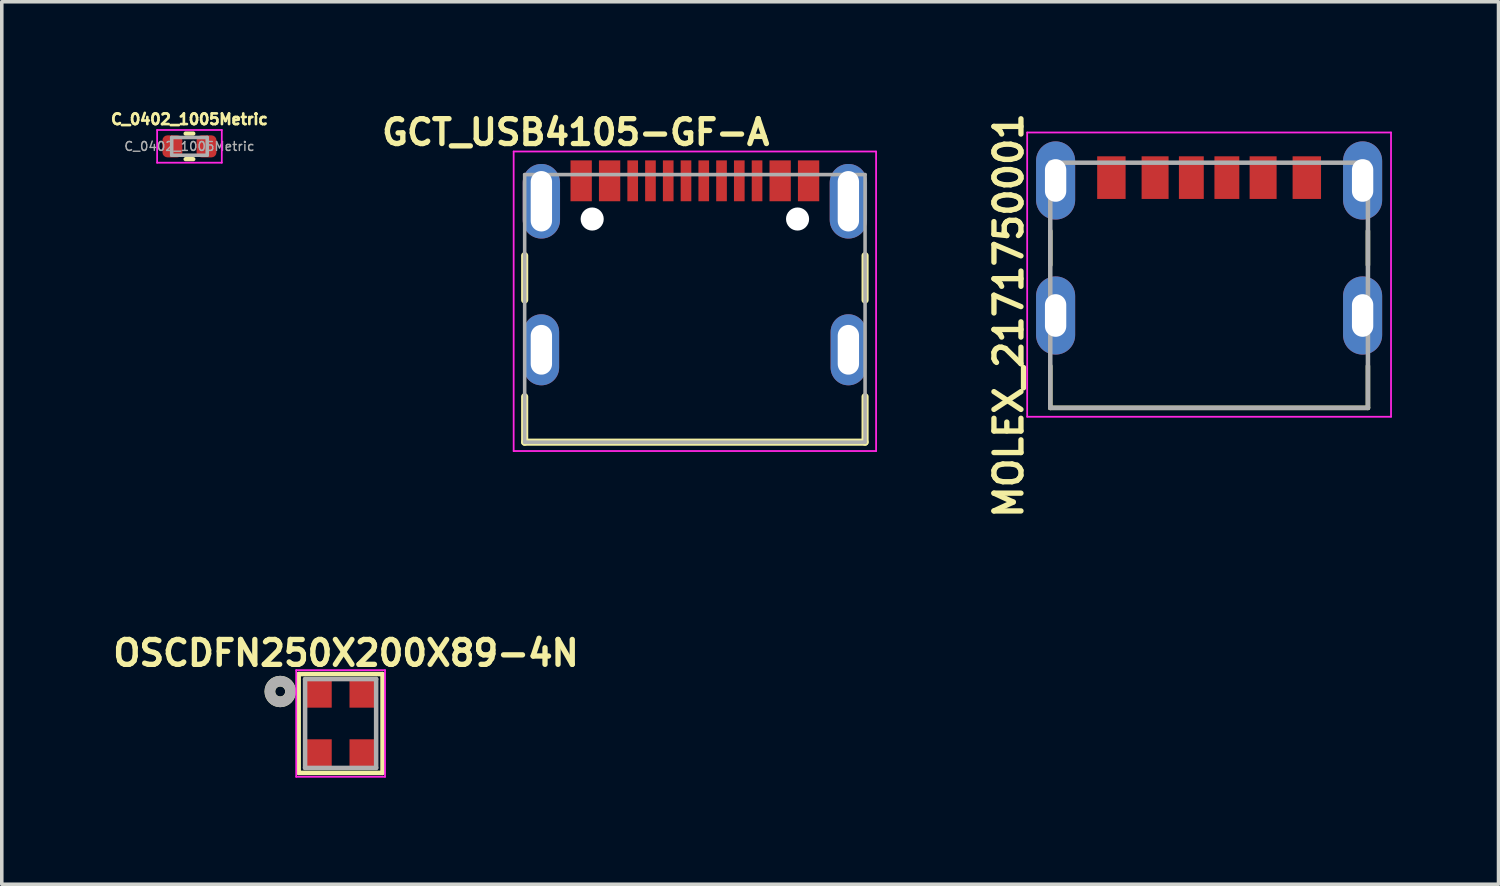
<source format=kicad_pcb>
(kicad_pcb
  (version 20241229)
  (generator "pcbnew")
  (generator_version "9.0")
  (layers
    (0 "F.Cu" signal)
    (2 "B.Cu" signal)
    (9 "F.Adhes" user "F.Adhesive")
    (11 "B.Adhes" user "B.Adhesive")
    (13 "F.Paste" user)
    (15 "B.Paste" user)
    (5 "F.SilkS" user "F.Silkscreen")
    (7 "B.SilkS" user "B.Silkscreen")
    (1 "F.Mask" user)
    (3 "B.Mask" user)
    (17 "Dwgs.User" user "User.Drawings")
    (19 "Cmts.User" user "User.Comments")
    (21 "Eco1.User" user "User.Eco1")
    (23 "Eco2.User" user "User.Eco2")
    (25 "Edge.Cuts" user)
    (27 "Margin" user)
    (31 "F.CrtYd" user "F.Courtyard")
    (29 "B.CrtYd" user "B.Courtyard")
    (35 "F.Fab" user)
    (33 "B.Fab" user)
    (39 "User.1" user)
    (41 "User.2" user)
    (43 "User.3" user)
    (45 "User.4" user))
  (footprint "GCT_USB4105-GF-A"
    (layer "F.Cu")
    (at 16.506 6.794)
    (property "Reference" "GCT_USB4105-GF-A" (at -3.353 -6.121 0) (layer "F.SilkS") (effects (font (size 0.7 0.7) (thickness 0.15))))
    (attr through_hole)
    (fp_line (start -4.79 -2.65) (end -4.79 -1.4) (stroke (width 0.2) (type solid)) (layer "F.SilkS"))
    (fp_line (start -4.79 1.32) (end -4.79 2.6) (stroke (width 0.2) (type solid)) (layer "F.SilkS"))
    (fp_line (start -4.79 2.6) (end 4.79 2.6) (stroke (width 0.2) (type solid)) (layer "F.SilkS"))
    (fp_line (start 4.79 -2.65) (end 4.79 -1.4) (stroke (width 0.2) (type solid)) (layer "F.SilkS"))
    (fp_line (start 4.79 2.6) (end 4.79 1.32) (stroke (width 0.2) (type solid)) (layer "F.SilkS"))
    (fp_line (start -5.1 -5.58) (end -5.1 2.85) (stroke (width 0.05) (type solid)) (layer "F.CrtYd"))
    (fp_line (start -5.1 2.85) (end 5.1 2.85) (stroke (width 0.05) (type solid)) (layer "F.CrtYd"))
    (fp_line (start 5.1 -5.58) (end -5.1 -5.58) (stroke (width 0.05) (type solid)) (layer "F.CrtYd"))
    (fp_line (start 5.1 2.85) (end 5.1 -5.58) (stroke (width 0.05) (type solid)) (layer "F.CrtYd"))
    (fp_line (start -4.79 -4.93) (end 4.79 -4.93) (stroke (width 0.1) (type solid)) (layer "F.Fab"))
    (fp_line (start -4.79 2.6) (end -4.79 -4.93) (stroke (width 0.1) (type solid)) (layer "F.Fab"))
    (fp_line (start 4.79 -4.93) (end 4.79 2.6) (stroke (width 0.1) (type solid)) (layer "F.Fab"))
    (fp_line (start 4.79 2.6) (end -4.79 2.6) (stroke (width 0.1) (type solid)) (layer "F.Fab"))
    (pad "" np_thru_hole circle (at -2.89 -3.68) (size 0.65 0.65) (drill 0.65) (layers "*.Cu" "*.Mask"))
    (pad "" np_thru_hole circle (at 2.89 -3.68) (size 0.65 0.65) (drill 0.65) (layers "*.Cu" "*.Mask"))
    (pad "A1_B12" smd rect (at -3.2 -4.755) (size 0.6 1.15) (layers "F.Cu" "F.Mask" "F.Paste"))
    (pad "A4_B9" smd rect (at -2.4 -4.755) (size 0.6 1.15) (layers "F.Cu" "F.Mask" "F.Paste"))
    (pad "A5" smd rect (at -1.25 -4.755) (size 0.3 1.15) (layers "F.Cu" "F.Mask" "F.Paste"))
    (pad "A6" smd rect (at -0.25 -4.755) (size 0.3 1.15) (layers "F.Cu" "F.Mask" "F.Paste"))
    (pad "A7" smd rect (at 0.25 -4.755) (size 0.3 1.15) (layers "F.Cu" "F.Mask" "F.Paste"))
    (pad "A8" smd rect (at 1.25 -4.755) (size 0.3 1.15) (layers "F.Cu" "F.Mask" "F.Paste"))
    (pad "B1_A12" smd rect (at 3.2 -4.755) (size 0.6 1.15) (layers "F.Cu" "F.Mask" "F.Paste"))
    (pad "B4_A9" smd rect (at 2.4 -4.755) (size 0.6 1.15) (layers "F.Cu" "F.Mask" "F.Paste"))
    (pad "B5" smd rect (at 1.75 -4.755) (size 0.3 1.15) (layers "F.Cu" "F.Mask" "F.Paste"))
    (pad "B6" smd rect (at 0.75 -4.755) (size 0.3 1.15) (layers "F.Cu" "F.Mask" "F.Paste"))
    (pad "B7" smd rect (at -0.75 -4.755) (size 0.3 1.15) (layers "F.Cu" "F.Mask" "F.Paste"))
    (pad "B8" smd rect (at -1.75 -4.755) (size 0.3 1.15) (layers "F.Cu" "F.Mask" "F.Paste"))
    (pad "S1" thru_hole oval (at -4.32 -4.18) (size 1.05 2.1) (drill oval 0.6 1.7) (layers "*.Cu" "*.Mask"))
    (pad "S2" thru_hole oval (at -4.32 0) (size 1 2) (drill oval 0.6 1.4) (layers "*.Cu" "*.Mask"))
    (pad "S3" thru_hole oval (at 4.32 0) (size 1 2) (drill oval 0.6 1.4) (layers "*.Cu" "*.Mask"))
    (pad "S4" thru_hole oval (at 4.32 -4.18) (size 1.05 2.1) (drill oval 0.6 1.7) (layers "*.Cu" "*.Mask")))
  (footprint "OSCDFN250X200X89-4N"
    (layer "F.Cu")
    (at 6.536 17.311)
    (property "Reference" "OSCDFN250X200X89-4N" (at 0.152 -1.981 0) (layer "F.SilkS") (effects (font (size 0.7 0.7) (thickness 0.15))))
    (attr through_hole)
    (fp_line (start -1.18 -1.39) (end 1.18 -1.39) (stroke (width 0.127) (type solid)) (layer "F.SilkS"))
    (fp_line (start -1.18 1.39) (end -1.18 -1.39) (stroke (width 0.127) (type solid)) (layer "F.SilkS"))
    (fp_line (start 1.18 -1.39) (end 1.18 1.39) (stroke (width 0.127) (type solid)) (layer "F.SilkS"))
    (fp_line (start 1.18 1.39) (end -1.18 1.39) (stroke (width 0.127) (type solid)) (layer "F.SilkS"))
    (fp_circle (center -1.7 -0.9) (end -1.559 -0.9) (stroke (width 0.3) (type solid)) (fill no) (layer "F.SilkS"))
    (fp_line (start -1.25 -1.5) (end 1.25 -1.5) (stroke (width 0.05) (type solid)) (layer "F.CrtYd"))
    (fp_line (start -1.25 1.5) (end -1.25 -1.5) (stroke (width 0.05) (type solid)) (layer "F.CrtYd"))
    (fp_line (start 1.25 -1.5) (end 1.25 1.5) (stroke (width 0.05) (type solid)) (layer "F.CrtYd"))
    (fp_line (start 1.25 1.5) (end -1.25 1.5) (stroke (width 0.05) (type solid)) (layer "F.CrtYd"))
    (fp_line (start -1 -1.25) (end 1 -1.25) (stroke (width 0.127) (type solid)) (layer "F.Fab"))
    (fp_line (start -1 1.25) (end -1 -1.25) (stroke (width 0.127) (type solid)) (layer "F.Fab"))
    (fp_line (start 1 -1.25) (end 1 1.25) (stroke (width 0.127) (type solid)) (layer "F.Fab"))
    (fp_line (start 1 1.25) (end -1 1.25) (stroke (width 0.127) (type solid)) (layer "F.Fab"))
    (fp_circle (center -1.7 -0.9) (end -1.559 -0.9) (stroke (width 0.3) (type solid)) (fill no) (layer "F.Fab"))
    (pad "1" smd rect (at -0.625 -0.825 270) (size 0.76 0.75) (layers "F.Cu" "F.Mask" "F.Paste"))
    (pad "2" smd rect (at -0.625 0.825 270) (size 0.76 0.75) (layers "F.Cu" "F.Mask" "F.Paste"))
    (pad "3" smd rect (at 0.625 0.825 270) (size 0.76 0.75) (layers "F.Cu" "F.Mask" "F.Paste"))
    (pad "4" smd rect (at 0.625 -0.825 270) (size 0.76 0.75) (layers "F.Cu" "F.Mask" "F.Paste")))
  (footprint "MOLEX_2171750001"
    (layer "F.Cu")
    (at 30.978 5.829)
    (property "Reference" "MOLEX_2171750001" (at -5.639 0 90) (layer "F.SilkS") (effects (font (size 0.76 0.75) (thickness 0.15))))
    (attr through_hole)
    (fp_line (start -4.47 -1.42) (end -4.47 -2.38) (stroke (width 0.127) (type solid)) (layer "F.SilkS"))
    (fp_line (start -4.47 2.6) (end -4.47 1.42) (stroke (width 0.127) (type solid)) (layer "F.SilkS"))
    (fp_line (start 4.47 -1.42) (end 4.47 -2.38) (stroke (width 0.127) (type solid)) (layer "F.SilkS"))
    (fp_line (start 4.47 2.6) (end -4.47 2.6) (stroke (width 0.127) (type solid)) (layer "F.SilkS"))
    (fp_line (start 4.47 2.6) (end 4.47 1.42) (stroke (width 0.127) (type solid)) (layer "F.SilkS"))
    (fp_line (start -5.12 -5.15) (end -5.12 2.85) (stroke (width 0.05) (type solid)) (layer "F.CrtYd"))
    (fp_line (start -5.12 2.85) (end 5.12 2.85) (stroke (width 0.05) (type solid)) (layer "F.CrtYd"))
    (fp_line (start 5.12 -5.15) (end -5.12 -5.15) (stroke (width 0.05) (type solid)) (layer "F.CrtYd"))
    (fp_line (start 5.12 2.85) (end 5.12 -5.15) (stroke (width 0.05) (type solid)) (layer "F.CrtYd"))
    (fp_line (start -4.47 -4.3) (end 4.47 -4.3) (stroke (width 0.127) (type solid)) (layer "F.Fab"))
    (fp_line (start -4.47 2.6) (end -4.47 -4.3) (stroke (width 0.127) (type solid)) (layer "F.Fab"))
    (fp_line (start 4.47 -4.3) (end 4.47 2.6) (stroke (width 0.127) (type solid)) (layer "F.Fab"))
    (fp_line (start 4.47 2.6) (end -4.47 2.6) (stroke (width 0.127) (type solid)) (layer "F.Fab"))
    (pad "A5" smd rect (at -0.5 -3.88) (size 0.7 1.2) (layers "F.Cu" "F.Mask" "F.Paste"))
    (pad "A9" smd rect (at 1.52 -3.88) (size 0.76 1.2) (layers "F.Cu" "F.Mask" "F.Paste"))
    (pad "A12" smd rect (at 2.75 -3.88) (size 0.8 1.2) (layers "F.Cu" "F.Mask" "F.Paste"))
    (pad "B5" smd rect (at 0.5 -3.88) (size 0.7 1.2) (layers "F.Cu" "F.Mask" "F.Paste"))
    (pad "B9" smd rect (at -1.52 -3.88) (size 0.76 1.2) (layers "F.Cu" "F.Mask" "F.Paste"))
    (pad "B12" smd rect (at -2.75 -3.88) (size 0.8 1.2) (layers "F.Cu" "F.Mask" "F.Paste"))
    (pad "S1" thru_hole oval (at -4.32 0) (size 1.1 2.2) (drill oval 0.6 1.2) (layers "*.Cu" "*.Mask"))
    (pad "S2" thru_hole oval (at 4.32 0) (size 1.1 2.2) (drill oval 0.6 1.2) (layers "*.Cu" "*.Mask"))
    (pad "S3" thru_hole oval (at -4.32 -3.8) (size 1.1 2.2) (drill oval 0.6 1.2) (layers "*.Cu" "*.Mask"))
    (pad "S4" thru_hole oval (at 4.32 -3.8) (size 1.1 2.2) (drill oval 0.6 1.2) (layers "*.Cu" "*.Mask")))
  (footprint "C_0402_1005Metric"
    (layer "F.Cu")
    (at 2.282 1.069)
    (property "Reference" "C_0402_1005Metric" (at 0 -0.762 0) (layer "F.SilkS") (effects (font (size 0.3 0.3) (thickness 0.075))))
    (attr smd)
    (fp_line (start -0.108 -0.36) (end 0.108 -0.36) (stroke (width 0.12) (type solid)) (layer "F.SilkS"))
    (fp_line (start -0.108 0.36) (end 0.108 0.36) (stroke (width 0.12) (type solid)) (layer "F.SilkS"))
    (fp_line (start -0.91 -0.46) (end 0.91 -0.46) (stroke (width 0.05) (type solid)) (layer "F.CrtYd"))
    (fp_line (start -0.91 0.46) (end -0.91 -0.46) (stroke (width 0.05) (type solid)) (layer "F.CrtYd"))
    (fp_line (start 0.91 -0.46) (end 0.91 0.46) (stroke (width 0.05) (type solid)) (layer "F.CrtYd"))
    (fp_line (start 0.91 0.46) (end -0.91 0.46) (stroke (width 0.05) (type solid)) (layer "F.CrtYd"))
    (fp_line (start -0.5 -0.25) (end 0.5 -0.25) (stroke (width 0.1) (type solid)) (layer "F.Fab"))
    (fp_line (start -0.5 0.25) (end -0.5 -0.25) (stroke (width 0.1) (type solid)) (layer "F.Fab"))
    (fp_line (start 0.5 -0.25) (end 0.5 0.25) (stroke (width 0.1) (type solid)) (layer "F.Fab"))
    (fp_line (start 0.5 0.25) (end -0.5 0.25) (stroke (width 0.1) (type solid)) (layer "F.Fab"))
    (fp_text user "${REFERENCE}" (at 0 0 0) (layer "F.Fab") (effects (font (size 0.25 0.25) (thickness 0.04))))
    (pad "1" smd roundrect (at -0.48 0) (size 0.56 0.62) (layers "F.Cu" "F.Mask" "F.Paste") (roundrect_rratio 0.25))
    (pad "2" smd roundrect (at 0.48 0) (size 0.56 0.62) (layers "F.Cu" "F.Mask" "F.Paste") (roundrect_rratio 0.25)))
  (gr_rect
    (start -3 -3)
    (end 39.123 21.836)
    (stroke (width 0.1) (type default))
    (fill no)
    (layer "Edge.Cuts")))
</source>
